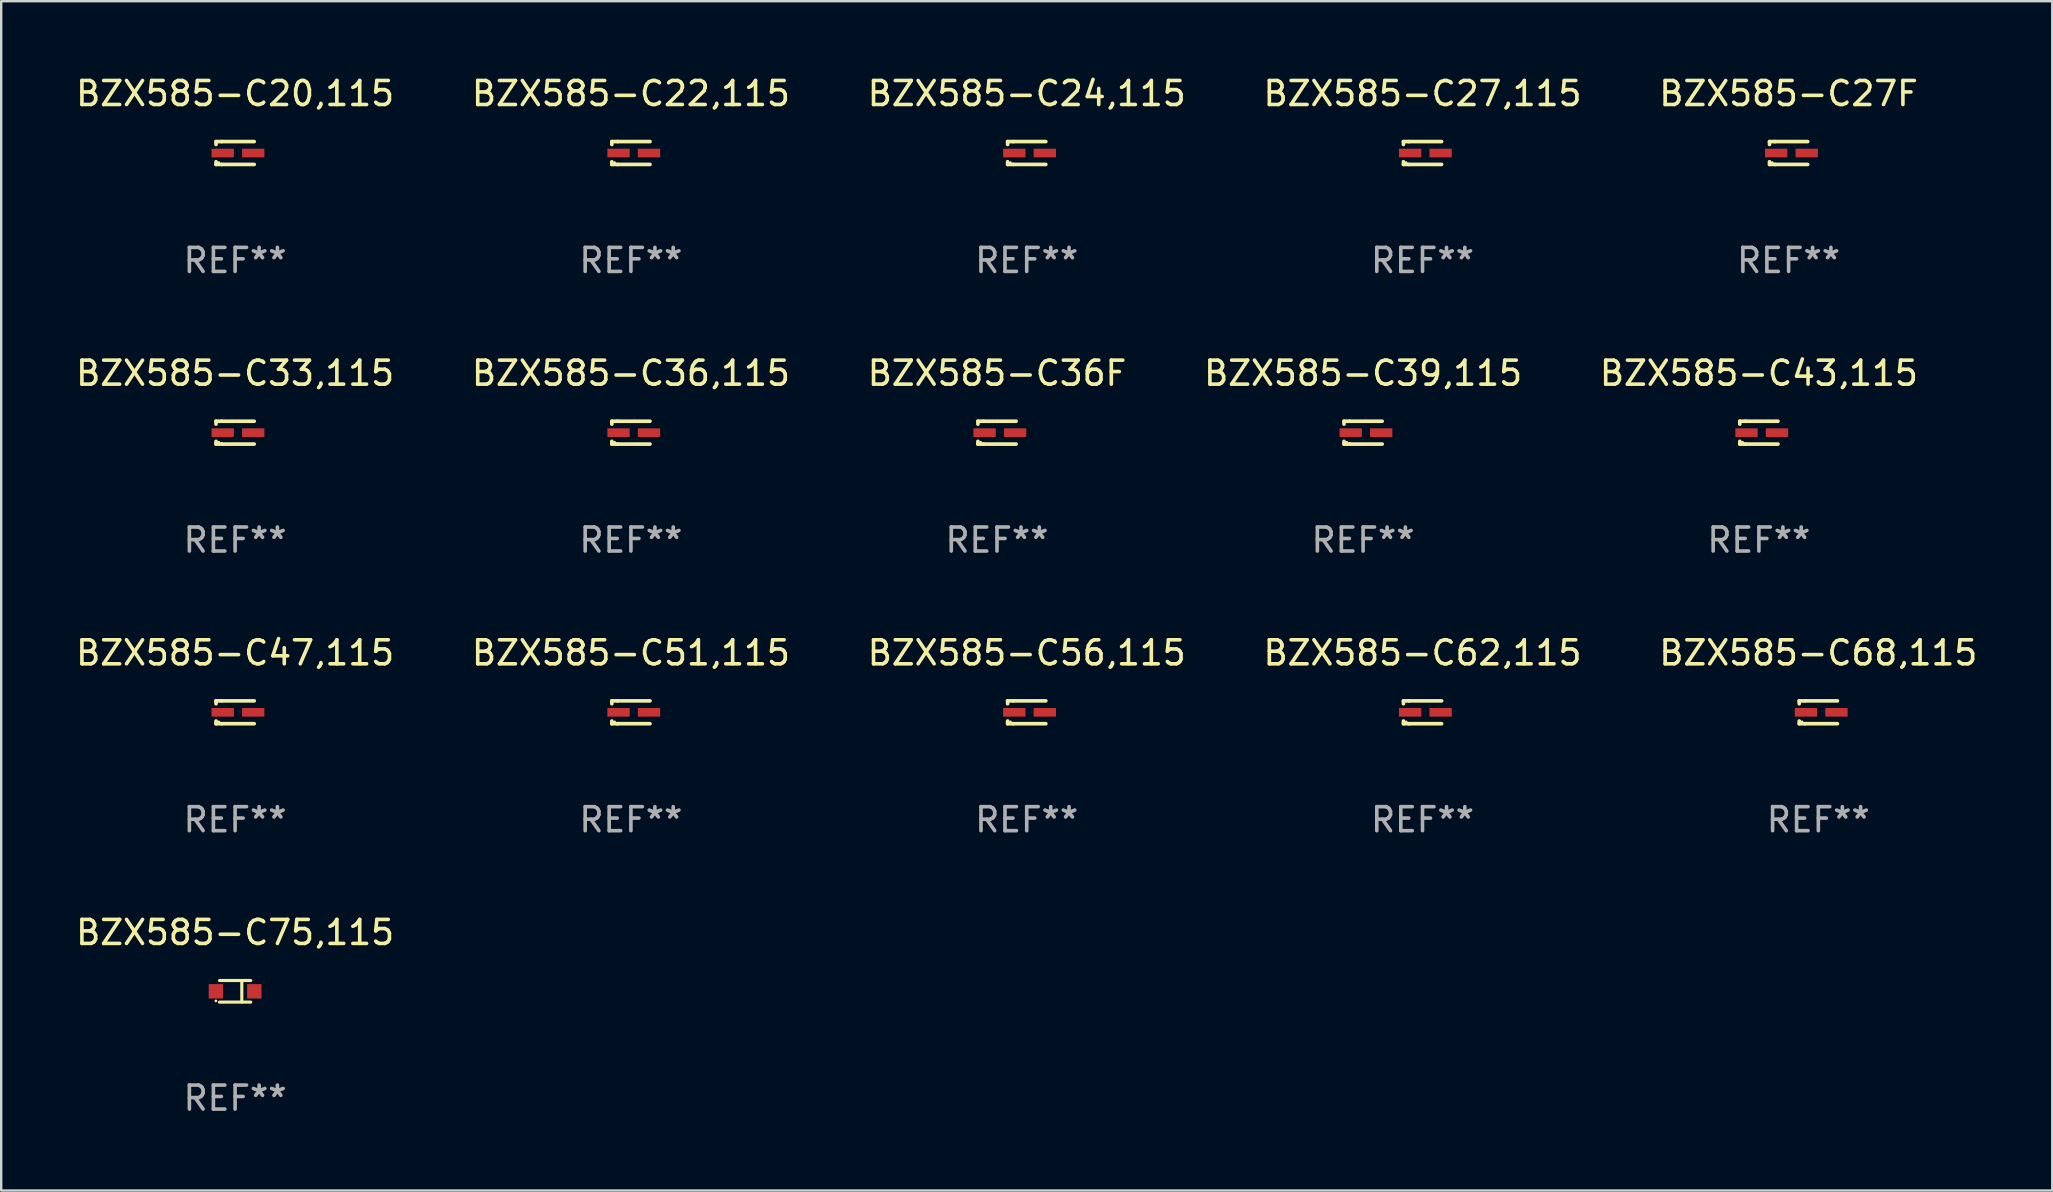
<source format=kicad_pcb>
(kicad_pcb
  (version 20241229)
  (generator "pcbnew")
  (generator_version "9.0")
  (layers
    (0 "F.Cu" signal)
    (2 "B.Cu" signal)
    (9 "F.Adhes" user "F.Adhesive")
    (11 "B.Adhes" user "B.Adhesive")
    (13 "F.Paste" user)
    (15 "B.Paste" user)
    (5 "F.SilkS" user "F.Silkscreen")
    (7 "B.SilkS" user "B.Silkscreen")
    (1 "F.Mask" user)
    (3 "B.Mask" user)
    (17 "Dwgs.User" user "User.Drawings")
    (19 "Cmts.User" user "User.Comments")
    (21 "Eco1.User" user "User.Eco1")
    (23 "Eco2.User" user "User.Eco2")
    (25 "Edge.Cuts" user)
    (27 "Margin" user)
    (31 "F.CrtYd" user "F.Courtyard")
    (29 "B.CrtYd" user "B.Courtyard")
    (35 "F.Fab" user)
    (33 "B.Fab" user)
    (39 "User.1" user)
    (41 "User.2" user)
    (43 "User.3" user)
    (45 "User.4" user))
  (footprint "BZX585-C75,115"
    (layer "F.Cu")
    (at 6.744 38.245)
    (property "Reference" "BZX585-C75,115" (at 0 -2.45 0) (layer "F.SilkS") (effects (font (size 1 1) (thickness 0.15))))
    (attr through_hole)
    (fp_line (start -0.65 -0.45) (end 0.65 -0.45) (stroke (width 0.13) (type solid)) (layer "F.SilkS"))
    (fp_line (start -0.65 0.45) (end 0.65 0.45) (stroke (width 0.13) (type solid)) (layer "F.SilkS"))
    (fp_line (start 0.279 -0.406) (end 0.279 0.444) (stroke (width 0.13) (type solid)) (layer "F.SilkS"))
    (fp_circle (center -0.8 0.4) (end -0.77 0.4) (stroke (width 0.06) (type solid)) (fill no) (layer "F.SilkS"))
    (fp_text user "REF**" (at 0 4.45 0) (layer "F.Fab") (effects (font (size 1 1) (thickness 0.15))))
    (pad "1" smd rect (at -0.8 0) (size 0.6 0.6) (layers "F.Cu" "F.Mask" "F.Paste"))
    (pad "2" smd rect (at 0.8 0 180) (size 0.6 0.6) (layers "F.Cu" "F.Mask" "F.Paste")))
  (footprint "BZX585-C43,115"
    (layer "F.Cu")
    (at 70.22 14.973)
    (property "Reference" "BZX585-C43,115" (at 0 -2.476 0) (layer "F.SilkS") (effects (font (size 1 1) (thickness 0.15))))
    (attr through_hole)
    (fp_line (start -0.795 -0.476) (end -0.795 -0.356) (stroke (width 0.152) (type solid)) (layer "F.SilkS"))
    (fp_line (start -0.795 0.363) (end -0.795 0.476) (stroke (width 0.152) (type solid)) (layer "F.SilkS"))
    (fp_line (start -0.795 0.476) (end -0.557 0.476) (stroke (width 0.152) (type solid)) (layer "F.SilkS"))
    (fp_line (start -0.557 -0.476) (end -0.795 -0.476) (stroke (width 0.152) (type solid)) (layer "F.SilkS"))
    (fp_line (start -0.557 -0.476) (end 0.795 -0.476) (stroke (width 0.152) (type solid)) (layer "F.SilkS"))
    (fp_line (start -0.557 0.476) (end 0.795 0.476) (stroke (width 0.152) (type solid)) (layer "F.SilkS"))
    (fp_circle (center -0.681 0.4) (end -0.651 0.4) (stroke (width 0.06) (type solid)) (fill no) (layer "F.SilkS"))
    (fp_text user "REF**" (at 0 4.476 0) (layer "F.Fab") (effects (font (size 1 1) (thickness 0.15))))
    (pad "1" smd rect (at -0.516 0 180) (size 0.93 0.36) (layers "F.Cu" "F.Mask" "F.Paste"))
    (pad "2" smd rect (at 0.754 0 180) (size 0.93 0.36) (layers "F.Cu" "F.Mask" "F.Paste")))
  (footprint "BZX585-C47,115"
    (layer "F.Cu")
    (at 6.744 26.622)
    (property "Reference" "BZX585-C47,115" (at 0 -2.476 0) (layer "F.SilkS") (effects (font (size 1 1) (thickness 0.15))))
    (attr through_hole)
    (fp_line (start -0.795 -0.476) (end -0.795 -0.356) (stroke (width 0.152) (type solid)) (layer "F.SilkS"))
    (fp_line (start -0.795 0.363) (end -0.795 0.476) (stroke (width 0.152) (type solid)) (layer "F.SilkS"))
    (fp_line (start -0.795 0.476) (end -0.557 0.476) (stroke (width 0.152) (type solid)) (layer "F.SilkS"))
    (fp_line (start -0.557 -0.476) (end -0.795 -0.476) (stroke (width 0.152) (type solid)) (layer "F.SilkS"))
    (fp_line (start -0.557 -0.476) (end 0.795 -0.476) (stroke (width 0.152) (type solid)) (layer "F.SilkS"))
    (fp_line (start -0.557 0.476) (end 0.795 0.476) (stroke (width 0.152) (type solid)) (layer "F.SilkS"))
    (fp_circle (center -0.681 0.4) (end -0.651 0.4) (stroke (width 0.06) (type solid)) (fill no) (layer "F.SilkS"))
    (fp_text user "REF**" (at 0 4.476 0) (layer "F.Fab") (effects (font (size 1 1) (thickness 0.15))))
    (pad "1" smd rect (at -0.516 0 180) (size 0.93 0.36) (layers "F.Cu" "F.Mask" "F.Paste"))
    (pad "2" smd rect (at 0.754 0 180) (size 0.93 0.36) (layers "F.Cu" "F.Mask" "F.Paste")))
  (footprint "BZX585-C62,115"
    (layer "F.Cu")
    (at 56.208 26.622)
    (property "Reference" "BZX585-C62,115" (at 0 -2.476 0) (layer "F.SilkS") (effects (font (size 1 1) (thickness 0.15))))
    (attr through_hole)
    (fp_line (start -0.795 -0.476) (end -0.795 -0.356) (stroke (width 0.152) (type solid)) (layer "F.SilkS"))
    (fp_line (start -0.795 0.363) (end -0.795 0.476) (stroke (width 0.152) (type solid)) (layer "F.SilkS"))
    (fp_line (start -0.795 0.476) (end -0.557 0.476) (stroke (width 0.152) (type solid)) (layer "F.SilkS"))
    (fp_line (start -0.557 -0.476) (end -0.795 -0.476) (stroke (width 0.152) (type solid)) (layer "F.SilkS"))
    (fp_line (start -0.557 -0.476) (end 0.795 -0.476) (stroke (width 0.152) (type solid)) (layer "F.SilkS"))
    (fp_line (start -0.557 0.476) (end 0.795 0.476) (stroke (width 0.152) (type solid)) (layer "F.SilkS"))
    (fp_circle (center -0.681 0.4) (end -0.651 0.4) (stroke (width 0.06) (type solid)) (fill no) (layer "F.SilkS"))
    (fp_text user "REF**" (at 0 4.476 0) (layer "F.Fab") (effects (font (size 1 1) (thickness 0.15))))
    (pad "1" smd rect (at -0.516 0 180) (size 0.93 0.36) (layers "F.Cu" "F.Mask" "F.Paste"))
    (pad "2" smd rect (at 0.754 0 180) (size 0.93 0.36) (layers "F.Cu" "F.Mask" "F.Paste")))
  (footprint "BZX585-C56,115"
    (layer "F.Cu")
    (at 39.72 26.622)
    (property "Reference" "BZX585-C56,115" (at 0 -2.476 0) (layer "F.SilkS") (effects (font (size 1 1) (thickness 0.15))))
    (attr through_hole)
    (fp_line (start -0.795 -0.476) (end -0.795 -0.356) (stroke (width 0.152) (type solid)) (layer "F.SilkS"))
    (fp_line (start -0.795 0.363) (end -0.795 0.476) (stroke (width 0.152) (type solid)) (layer "F.SilkS"))
    (fp_line (start -0.795 0.476) (end -0.557 0.476) (stroke (width 0.152) (type solid)) (layer "F.SilkS"))
    (fp_line (start -0.557 -0.476) (end -0.795 -0.476) (stroke (width 0.152) (type solid)) (layer "F.SilkS"))
    (fp_line (start -0.557 -0.476) (end 0.795 -0.476) (stroke (width 0.152) (type solid)) (layer "F.SilkS"))
    (fp_line (start -0.557 0.476) (end 0.795 0.476) (stroke (width 0.152) (type solid)) (layer "F.SilkS"))
    (fp_circle (center -0.681 0.4) (end -0.651 0.4) (stroke (width 0.06) (type solid)) (fill no) (layer "F.SilkS"))
    (fp_text user "REF**" (at 0 4.476 0) (layer "F.Fab") (effects (font (size 1 1) (thickness 0.15))))
    (pad "1" smd rect (at -0.516 0 180) (size 0.93 0.36) (layers "F.Cu" "F.Mask" "F.Paste"))
    (pad "2" smd rect (at 0.754 0 180) (size 0.93 0.36) (layers "F.Cu" "F.Mask" "F.Paste")))
  (footprint "BZX585-C22,115"
    (layer "F.Cu")
    (at 23.232 3.324)
    (property "Reference" "BZX585-C22,115" (at 0 -2.476 0) (layer "F.SilkS") (effects (font (size 1 1) (thickness 0.15))))
    (attr through_hole)
    (fp_line (start -0.795 -0.476) (end -0.795 -0.356) (stroke (width 0.152) (type solid)) (layer "F.SilkS"))
    (fp_line (start -0.795 0.363) (end -0.795 0.476) (stroke (width 0.152) (type solid)) (layer "F.SilkS"))
    (fp_line (start -0.795 0.476) (end -0.557 0.476) (stroke (width 0.152) (type solid)) (layer "F.SilkS"))
    (fp_line (start -0.557 -0.476) (end -0.795 -0.476) (stroke (width 0.152) (type solid)) (layer "F.SilkS"))
    (fp_line (start -0.557 -0.476) (end 0.795 -0.476) (stroke (width 0.152) (type solid)) (layer "F.SilkS"))
    (fp_line (start -0.557 0.476) (end 0.795 0.476) (stroke (width 0.152) (type solid)) (layer "F.SilkS"))
    (fp_circle (center -0.681 0.4) (end -0.651 0.4) (stroke (width 0.06) (type solid)) (fill no) (layer "F.SilkS"))
    (fp_text user "REF**" (at 0 4.476 0) (layer "F.Fab") (effects (font (size 1 1) (thickness 0.15))))
    (pad "1" smd rect (at -0.516 0 180) (size 0.93 0.36) (layers "F.Cu" "F.Mask" "F.Paste"))
    (pad "2" smd rect (at 0.754 0 180) (size 0.93 0.36) (layers "F.Cu" "F.Mask" "F.Paste")))
  (footprint "BZX585-C33,115"
    (layer "F.Cu")
    (at 6.744 14.973)
    (property "Reference" "BZX585-C33,115" (at 0 -2.476 0) (layer "F.SilkS") (effects (font (size 1 1) (thickness 0.15))))
    (attr through_hole)
    (fp_line (start -0.795 -0.476) (end -0.795 -0.356) (stroke (width 0.152) (type solid)) (layer "F.SilkS"))
    (fp_line (start -0.795 0.363) (end -0.795 0.476) (stroke (width 0.152) (type solid)) (layer "F.SilkS"))
    (fp_line (start -0.795 0.476) (end -0.557 0.476) (stroke (width 0.152) (type solid)) (layer "F.SilkS"))
    (fp_line (start -0.557 -0.476) (end -0.795 -0.476) (stroke (width 0.152) (type solid)) (layer "F.SilkS"))
    (fp_line (start -0.557 -0.476) (end 0.795 -0.476) (stroke (width 0.152) (type solid)) (layer "F.SilkS"))
    (fp_line (start -0.557 0.476) (end 0.795 0.476) (stroke (width 0.152) (type solid)) (layer "F.SilkS"))
    (fp_circle (center -0.681 0.4) (end -0.651 0.4) (stroke (width 0.06) (type solid)) (fill no) (layer "F.SilkS"))
    (fp_text user "REF**" (at 0 4.476 0) (layer "F.Fab") (effects (font (size 1 1) (thickness 0.15))))
    (pad "1" smd rect (at -0.516 0 180) (size 0.93 0.36) (layers "F.Cu" "F.Mask" "F.Paste"))
    (pad "2" smd rect (at 0.754 0 180) (size 0.93 0.36) (layers "F.Cu" "F.Mask" "F.Paste")))
  (footprint "BZX585-C39,115"
    (layer "F.Cu")
    (at 53.732 14.973)
    (property "Reference" "BZX585-C39,115" (at 0 -2.476 0) (layer "F.SilkS") (effects (font (size 1 1) (thickness 0.15))))
    (attr through_hole)
    (fp_line (start -0.795 -0.476) (end -0.795 -0.356) (stroke (width 0.152) (type solid)) (layer "F.SilkS"))
    (fp_line (start -0.795 0.363) (end -0.795 0.476) (stroke (width 0.152) (type solid)) (layer "F.SilkS"))
    (fp_line (start -0.795 0.476) (end -0.557 0.476) (stroke (width 0.152) (type solid)) (layer "F.SilkS"))
    (fp_line (start -0.557 -0.476) (end -0.795 -0.476) (stroke (width 0.152) (type solid)) (layer "F.SilkS"))
    (fp_line (start -0.557 -0.476) (end 0.795 -0.476) (stroke (width 0.152) (type solid)) (layer "F.SilkS"))
    (fp_line (start -0.557 0.476) (end 0.795 0.476) (stroke (width 0.152) (type solid)) (layer "F.SilkS"))
    (fp_circle (center -0.681 0.4) (end -0.651 0.4) (stroke (width 0.06) (type solid)) (fill no) (layer "F.SilkS"))
    (fp_text user "REF**" (at 0 4.476 0) (layer "F.Fab") (effects (font (size 1 1) (thickness 0.15))))
    (pad "1" smd rect (at -0.516 0 180) (size 0.93 0.36) (layers "F.Cu" "F.Mask" "F.Paste"))
    (pad "2" smd rect (at 0.754 0 180) (size 0.93 0.36) (layers "F.Cu" "F.Mask" "F.Paste")))
  (footprint "BZX585-C68,115"
    (layer "F.Cu")
    (at 72.696 26.622)
    (property "Reference" "BZX585-C68,115" (at 0 -2.476 0) (layer "F.SilkS") (effects (font (size 1 1) (thickness 0.15))))
    (attr through_hole)
    (fp_line (start -0.795 -0.476) (end -0.795 -0.356) (stroke (width 0.152) (type solid)) (layer "F.SilkS"))
    (fp_line (start -0.795 0.363) (end -0.795 0.476) (stroke (width 0.152) (type solid)) (layer "F.SilkS"))
    (fp_line (start -0.795 0.476) (end -0.557 0.476) (stroke (width 0.152) (type solid)) (layer "F.SilkS"))
    (fp_line (start -0.557 -0.476) (end -0.795 -0.476) (stroke (width 0.152) (type solid)) (layer "F.SilkS"))
    (fp_line (start -0.557 -0.476) (end 0.795 -0.476) (stroke (width 0.152) (type solid)) (layer "F.SilkS"))
    (fp_line (start -0.557 0.476) (end 0.795 0.476) (stroke (width 0.152) (type solid)) (layer "F.SilkS"))
    (fp_circle (center -0.681 0.4) (end -0.651 0.4) (stroke (width 0.06) (type solid)) (fill no) (layer "F.SilkS"))
    (fp_text user "REF**" (at 0 4.476 0) (layer "F.Fab") (effects (font (size 1 1) (thickness 0.15))))
    (pad "1" smd rect (at -0.516 0 180) (size 0.93 0.36) (layers "F.Cu" "F.Mask" "F.Paste"))
    (pad "2" smd rect (at 0.754 0 180) (size 0.93 0.36) (layers "F.Cu" "F.Mask" "F.Paste")))
  (footprint "BZX585-C24,115"
    (layer "F.Cu")
    (at 39.72 3.324)
    (property "Reference" "BZX585-C24,115" (at 0 -2.476 0) (layer "F.SilkS") (effects (font (size 1 1) (thickness 0.15))))
    (attr through_hole)
    (fp_line (start -0.795 -0.476) (end -0.795 -0.356) (stroke (width 0.152) (type solid)) (layer "F.SilkS"))
    (fp_line (start -0.795 0.363) (end -0.795 0.476) (stroke (width 0.152) (type solid)) (layer "F.SilkS"))
    (fp_line (start -0.795 0.476) (end -0.557 0.476) (stroke (width 0.152) (type solid)) (layer "F.SilkS"))
    (fp_line (start -0.557 -0.476) (end -0.795 -0.476) (stroke (width 0.152) (type solid)) (layer "F.SilkS"))
    (fp_line (start -0.557 -0.476) (end 0.795 -0.476) (stroke (width 0.152) (type solid)) (layer "F.SilkS"))
    (fp_line (start -0.557 0.476) (end 0.795 0.476) (stroke (width 0.152) (type solid)) (layer "F.SilkS"))
    (fp_circle (center -0.681 0.4) (end -0.651 0.4) (stroke (width 0.06) (type solid)) (fill no) (layer "F.SilkS"))
    (fp_text user "REF**" (at 0 4.476 0) (layer "F.Fab") (effects (font (size 1 1) (thickness 0.15))))
    (pad "1" smd rect (at -0.516 0 180) (size 0.93 0.36) (layers "F.Cu" "F.Mask" "F.Paste"))
    (pad "2" smd rect (at 0.754 0 180) (size 0.93 0.36) (layers "F.Cu" "F.Mask" "F.Paste")))
  (footprint "BZX585-C27,115"
    (layer "F.Cu")
    (at 56.208 3.324)
    (property "Reference" "BZX585-C27,115" (at 0 -2.476 0) (layer "F.SilkS") (effects (font (size 1 1) (thickness 0.15))))
    (attr through_hole)
    (fp_line (start -0.795 -0.476) (end -0.795 -0.356) (stroke (width 0.152) (type solid)) (layer "F.SilkS"))
    (fp_line (start -0.795 0.363) (end -0.795 0.476) (stroke (width 0.152) (type solid)) (layer "F.SilkS"))
    (fp_line (start -0.795 0.476) (end -0.557 0.476) (stroke (width 0.152) (type solid)) (layer "F.SilkS"))
    (fp_line (start -0.557 -0.476) (end -0.795 -0.476) (stroke (width 0.152) (type solid)) (layer "F.SilkS"))
    (fp_line (start -0.557 -0.476) (end 0.795 -0.476) (stroke (width 0.152) (type solid)) (layer "F.SilkS"))
    (fp_line (start -0.557 0.476) (end 0.795 0.476) (stroke (width 0.152) (type solid)) (layer "F.SilkS"))
    (fp_circle (center -0.681 0.4) (end -0.651 0.4) (stroke (width 0.06) (type solid)) (fill no) (layer "F.SilkS"))
    (fp_text user "REF**" (at 0 4.476 0) (layer "F.Fab") (effects (font (size 1 1) (thickness 0.15))))
    (pad "1" smd rect (at -0.516 0 180) (size 0.93 0.36) (layers "F.Cu" "F.Mask" "F.Paste"))
    (pad "2" smd rect (at 0.754 0 180) (size 0.93 0.36) (layers "F.Cu" "F.Mask" "F.Paste")))
  (footprint "BZX585-C36F"
    (layer "F.Cu")
    (at 38.482 14.973)
    (property "Reference" "BZX585-C36F" (at 0 -2.476 0) (layer "F.SilkS") (effects (font (size 1 1) (thickness 0.15))))
    (attr through_hole)
    (fp_line (start -0.795 -0.476) (end -0.795 -0.356) (stroke (width 0.152) (type solid)) (layer "F.SilkS"))
    (fp_line (start -0.795 0.363) (end -0.795 0.476) (stroke (width 0.152) (type solid)) (layer "F.SilkS"))
    (fp_line (start -0.795 0.476) (end -0.557 0.476) (stroke (width 0.152) (type solid)) (layer "F.SilkS"))
    (fp_line (start -0.557 -0.476) (end -0.795 -0.476) (stroke (width 0.152) (type solid)) (layer "F.SilkS"))
    (fp_line (start -0.557 -0.476) (end 0.795 -0.476) (stroke (width 0.152) (type solid)) (layer "F.SilkS"))
    (fp_line (start -0.557 0.476) (end 0.795 0.476) (stroke (width 0.152) (type solid)) (layer "F.SilkS"))
    (fp_circle (center -0.681 0.4) (end -0.651 0.4) (stroke (width 0.06) (type solid)) (fill no) (layer "F.SilkS"))
    (fp_text user "REF**" (at 0 4.476 0) (layer "F.Fab") (effects (font (size 1 1) (thickness 0.15))))
    (pad "1" smd rect (at -0.516 0 180) (size 0.93 0.36) (layers "F.Cu" "F.Mask" "F.Paste"))
    (pad "2" smd rect (at 0.754 0 180) (size 0.93 0.36) (layers "F.Cu" "F.Mask" "F.Paste")))
  (footprint "BZX585-C36,115"
    (layer "F.Cu")
    (at 23.232 14.973)
    (property "Reference" "BZX585-C36,115" (at 0 -2.476 0) (layer "F.SilkS") (effects (font (size 1 1) (thickness 0.15))))
    (attr through_hole)
    (fp_line (start -0.795 -0.476) (end -0.795 -0.356) (stroke (width 0.152) (type solid)) (layer "F.SilkS"))
    (fp_line (start -0.795 0.363) (end -0.795 0.476) (stroke (width 0.152) (type solid)) (layer "F.SilkS"))
    (fp_line (start -0.795 0.476) (end -0.557 0.476) (stroke (width 0.152) (type solid)) (layer "F.SilkS"))
    (fp_line (start -0.557 -0.476) (end -0.795 -0.476) (stroke (width 0.152) (type solid)) (layer "F.SilkS"))
    (fp_line (start -0.557 -0.476) (end 0.795 -0.476) (stroke (width 0.152) (type solid)) (layer "F.SilkS"))
    (fp_line (start -0.557 0.476) (end 0.795 0.476) (stroke (width 0.152) (type solid)) (layer "F.SilkS"))
    (fp_circle (center -0.681 0.4) (end -0.651 0.4) (stroke (width 0.06) (type solid)) (fill no) (layer "F.SilkS"))
    (fp_text user "REF**" (at 0 4.476 0) (layer "F.Fab") (effects (font (size 1 1) (thickness 0.15))))
    (pad "1" smd rect (at -0.516 0 180) (size 0.93 0.36) (layers "F.Cu" "F.Mask" "F.Paste"))
    (pad "2" smd rect (at 0.754 0 180) (size 0.93 0.36) (layers "F.Cu" "F.Mask" "F.Paste")))
  (footprint "BZX585-C20,115"
    (layer "F.Cu")
    (at 6.744 3.324)
    (property "Reference" "BZX585-C20,115" (at 0 -2.476 0) (layer "F.SilkS") (effects (font (size 1 1) (thickness 0.15))))
    (attr through_hole)
    (fp_line (start -0.795 -0.476) (end -0.795 -0.356) (stroke (width 0.152) (type solid)) (layer "F.SilkS"))
    (fp_line (start -0.795 0.363) (end -0.795 0.476) (stroke (width 0.152) (type solid)) (layer "F.SilkS"))
    (fp_line (start -0.795 0.476) (end -0.557 0.476) (stroke (width 0.152) (type solid)) (layer "F.SilkS"))
    (fp_line (start -0.557 -0.476) (end -0.795 -0.476) (stroke (width 0.152) (type solid)) (layer "F.SilkS"))
    (fp_line (start -0.557 -0.476) (end 0.795 -0.476) (stroke (width 0.152) (type solid)) (layer "F.SilkS"))
    (fp_line (start -0.557 0.476) (end 0.795 0.476) (stroke (width 0.152) (type solid)) (layer "F.SilkS"))
    (fp_circle (center -0.681 0.4) (end -0.651 0.4) (stroke (width 0.06) (type solid)) (fill no) (layer "F.SilkS"))
    (fp_text user "REF**" (at 0 4.476 0) (layer "F.Fab") (effects (font (size 1 1) (thickness 0.15))))
    (pad "1" smd rect (at -0.516 0 180) (size 0.93 0.36) (layers "F.Cu" "F.Mask" "F.Paste"))
    (pad "2" smd rect (at 0.754 0 180) (size 0.93 0.36) (layers "F.Cu" "F.Mask" "F.Paste")))
  (footprint "BZX585-C27F"
    (layer "F.Cu")
    (at 71.458 3.324)
    (property "Reference" "BZX585-C27F" (at 0 -2.476 0) (layer "F.SilkS") (effects (font (size 1 1) (thickness 0.15))))
    (attr through_hole)
    (fp_line (start -0.795 -0.476) (end -0.795 -0.356) (stroke (width 0.152) (type solid)) (layer "F.SilkS"))
    (fp_line (start -0.795 0.363) (end -0.795 0.476) (stroke (width 0.152) (type solid)) (layer "F.SilkS"))
    (fp_line (start -0.795 0.476) (end -0.557 0.476) (stroke (width 0.152) (type solid)) (layer "F.SilkS"))
    (fp_line (start -0.557 -0.476) (end -0.795 -0.476) (stroke (width 0.152) (type solid)) (layer "F.SilkS"))
    (fp_line (start -0.557 -0.476) (end 0.795 -0.476) (stroke (width 0.152) (type solid)) (layer "F.SilkS"))
    (fp_line (start -0.557 0.476) (end 0.795 0.476) (stroke (width 0.152) (type solid)) (layer "F.SilkS"))
    (fp_circle (center -0.681 0.4) (end -0.651 0.4) (stroke (width 0.06) (type solid)) (fill no) (layer "F.SilkS"))
    (fp_text user "REF**" (at 0 4.476 0) (layer "F.Fab") (effects (font (size 1 1) (thickness 0.15))))
    (pad "1" smd rect (at -0.516 0 180) (size 0.93 0.36) (layers "F.Cu" "F.Mask" "F.Paste"))
    (pad "2" smd rect (at 0.754 0 180) (size 0.93 0.36) (layers "F.Cu" "F.Mask" "F.Paste")))
  (footprint "BZX585-C51,115"
    (layer "F.Cu")
    (at 23.232 26.622)
    (property "Reference" "BZX585-C51,115" (at 0 -2.476 0) (layer "F.SilkS") (effects (font (size 1 1) (thickness 0.15))))
    (attr through_hole)
    (fp_line (start -0.795 -0.476) (end -0.795 -0.356) (stroke (width 0.152) (type solid)) (layer "F.SilkS"))
    (fp_line (start -0.795 0.363) (end -0.795 0.476) (stroke (width 0.152) (type solid)) (layer "F.SilkS"))
    (fp_line (start -0.795 0.476) (end -0.557 0.476) (stroke (width 0.152) (type solid)) (layer "F.SilkS"))
    (fp_line (start -0.557 -0.476) (end -0.795 -0.476) (stroke (width 0.152) (type solid)) (layer "F.SilkS"))
    (fp_line (start -0.557 -0.476) (end 0.795 -0.476) (stroke (width 0.152) (type solid)) (layer "F.SilkS"))
    (fp_line (start -0.557 0.476) (end 0.795 0.476) (stroke (width 0.152) (type solid)) (layer "F.SilkS"))
    (fp_circle (center -0.681 0.4) (end -0.651 0.4) (stroke (width 0.06) (type solid)) (fill no) (layer "F.SilkS"))
    (fp_text user "REF**" (at 0 4.476 0) (layer "F.Fab") (effects (font (size 1 1) (thickness 0.15))))
    (pad "1" smd rect (at -0.516 0 180) (size 0.93 0.36) (layers "F.Cu" "F.Mask" "F.Paste"))
    (pad "2" smd rect (at 0.754 0 180) (size 0.93 0.36) (layers "F.Cu" "F.Mask" "F.Paste")))
  (gr_rect
    (start -3 -3)
    (end 82.44 46.543)
    (stroke (width 0.1) (type default))
    (fill no)
    (layer "Edge.Cuts")))
</source>
